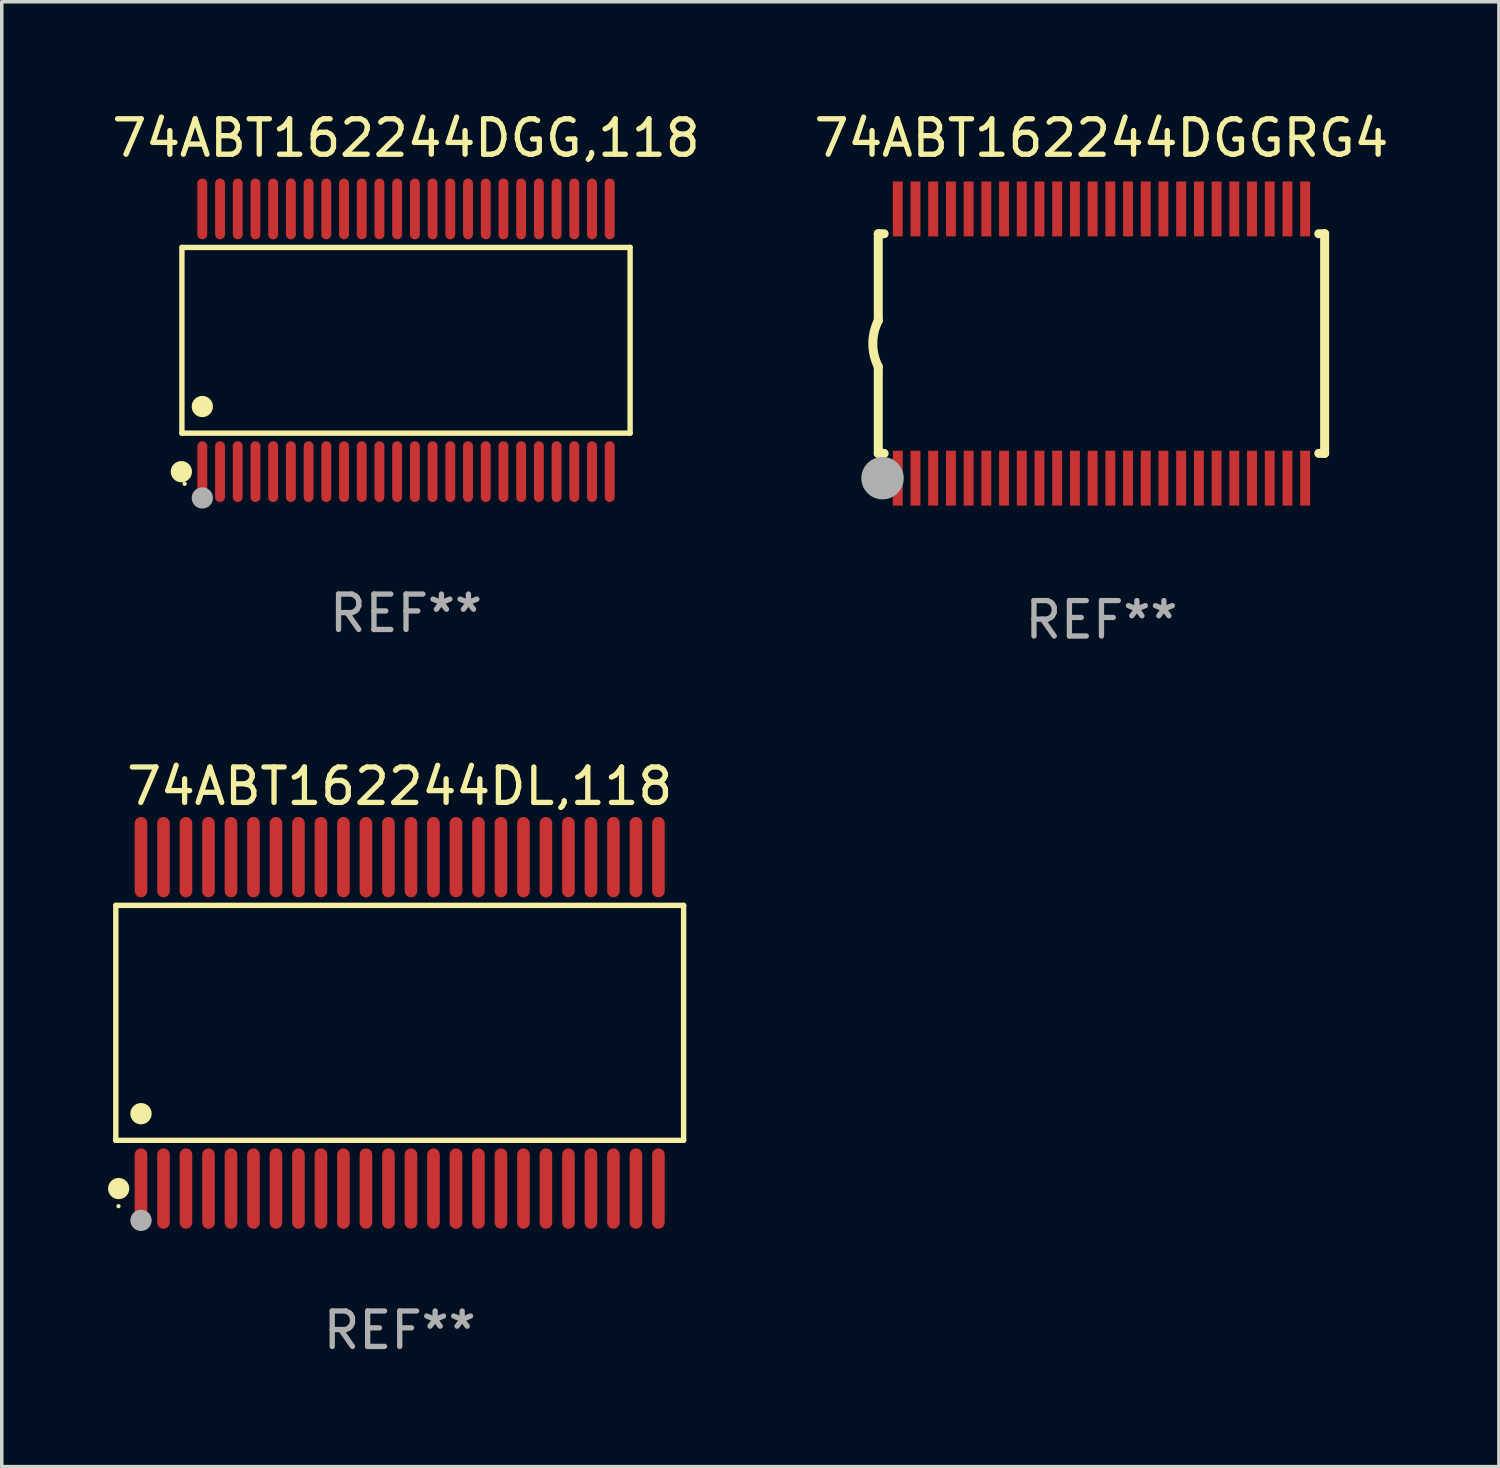
<source format=kicad_pcb>
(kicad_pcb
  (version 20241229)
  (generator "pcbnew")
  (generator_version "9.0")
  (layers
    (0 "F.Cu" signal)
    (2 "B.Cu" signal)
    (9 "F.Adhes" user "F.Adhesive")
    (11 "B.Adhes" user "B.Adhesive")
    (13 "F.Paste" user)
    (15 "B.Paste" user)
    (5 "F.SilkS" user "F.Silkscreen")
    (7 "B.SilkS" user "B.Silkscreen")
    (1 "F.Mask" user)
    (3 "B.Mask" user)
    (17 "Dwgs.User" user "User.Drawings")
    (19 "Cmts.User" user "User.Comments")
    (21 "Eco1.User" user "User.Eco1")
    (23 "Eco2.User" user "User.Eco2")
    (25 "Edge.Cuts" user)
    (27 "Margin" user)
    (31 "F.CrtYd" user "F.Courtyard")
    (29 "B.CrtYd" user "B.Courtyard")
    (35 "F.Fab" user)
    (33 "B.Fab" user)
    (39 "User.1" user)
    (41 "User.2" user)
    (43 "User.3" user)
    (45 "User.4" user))
  (footprint "74ABT162244DGGRG4"
    (layer "F.Cu")
    (at 28.042 6.648)
    (property "Reference" "74ABT162244DGGRG4" (at 0 -5.8 0) (layer "F.SilkS") (effects (font (size 1 1) (thickness 0.15))))
    (attr through_hole)
    (fp_line (start -6.3 -3.1) (end -6.3 -0.65) (stroke (width 0.254) (type solid)) (layer "F.SilkS"))
    (fp_line (start -6.3 -3.1) (end -6.134 -3.1) (stroke (width 0.254) (type solid)) (layer "F.SilkS"))
    (fp_line (start -6.3 3.1) (end -6.3 0.65) (stroke (width 0.254) (type solid)) (layer "F.SilkS"))
    (fp_line (start -6.3 3.1) (end -6.134 3.1) (stroke (width 0.254) (type solid)) (layer "F.SilkS"))
    (fp_line (start 6.134 -3.1) (end 6.3 -3.1) (stroke (width 0.254) (type solid)) (layer "F.SilkS"))
    (fp_line (start 6.134 3.1) (end 6.3 3.1) (stroke (width 0.254) (type solid)) (layer "F.SilkS"))
    (fp_line (start 6.3 -3.1) (end 6.3 3.1) (stroke (width 0.254) (type solid)) (layer "F.SilkS"))
    (fp_arc (start -6.301016 0.650114) (mid -6.45413 -0.000082) (end -6.3 -0.650038) (stroke (width 0.254001) (type solid)) (layer "F.SilkS"))
    (fp_circle (center -6.35 3.81) (end -6.223 3.81) (stroke (width 0.254) (type solid)) (fill no) (layer "F.SilkS"))
    (fp_circle (center -6.25 4.05) (end -6.22 4.05) (stroke (width 0.06) (type solid)) (fill no) (layer "F.SilkS"))
    (fp_circle (center -6.18 3.8) (end -5.88 3.8) (stroke (width 0.6) (type solid)) (fill no) (layer "F.Fab"))
    (fp_text user "REF**" (at 0 7.8 0) (layer "F.Fab") (effects (font (size 1 1) (thickness 0.15))))
    (pad "1" smd rect (at -5.75 3.8) (size 0.28 1.55) (layers "F.Cu" "F.Mask" "F.Paste"))
    (pad "2" smd rect (at -5.25 3.8) (size 0.28 1.55) (layers "F.Cu" "F.Mask" "F.Paste"))
    (pad "3" smd rect (at -4.75 3.8) (size 0.28 1.55) (layers "F.Cu" "F.Mask" "F.Paste"))
    (pad "4" smd rect (at -4.25 3.8) (size 0.28 1.55) (layers "F.Cu" "F.Mask" "F.Paste"))
    (pad "5" smd rect (at -3.75 3.8) (size 0.28 1.55) (layers "F.Cu" "F.Mask" "F.Paste"))
    (pad "6" smd rect (at -3.25 3.8) (size 0.28 1.55) (layers "F.Cu" "F.Mask" "F.Paste"))
    (pad "7" smd rect (at -2.75 3.8) (size 0.28 1.55) (layers "F.Cu" "F.Mask" "F.Paste"))
    (pad "8" smd rect (at -2.25 3.8) (size 0.28 1.55) (layers "F.Cu" "F.Mask" "F.Paste"))
    (pad "9" smd rect (at -1.75 3.8) (size 0.28 1.55) (layers "F.Cu" "F.Mask" "F.Paste"))
    (pad "10" smd rect (at -1.25 3.8) (size 0.28 1.55) (layers "F.Cu" "F.Mask" "F.Paste"))
    (pad "11" smd rect (at -0.75 3.8) (size 0.28 1.55) (layers "F.Cu" "F.Mask" "F.Paste"))
    (pad "12" smd rect (at -0.25 3.8) (size 0.28 1.55) (layers "F.Cu" "F.Mask" "F.Paste"))
    (pad "13" smd rect (at 0.25 3.8) (size 0.28 1.55) (layers "F.Cu" "F.Mask" "F.Paste"))
    (pad "14" smd rect (at 0.75 3.8) (size 0.28 1.55) (layers "F.Cu" "F.Mask" "F.Paste"))
    (pad "15" smd rect (at 1.25 3.8) (size 0.28 1.55) (layers "F.Cu" "F.Mask" "F.Paste"))
    (pad "16" smd rect (at 1.75 3.8) (size 0.28 1.55) (layers "F.Cu" "F.Mask" "F.Paste"))
    (pad "17" smd rect (at 2.25 3.8) (size 0.28 1.55) (layers "F.Cu" "F.Mask" "F.Paste"))
    (pad "18" smd rect (at 2.75 3.8) (size 0.28 1.55) (layers "F.Cu" "F.Mask" "F.Paste"))
    (pad "19" smd rect (at 3.25 3.8) (size 0.28 1.55) (layers "F.Cu" "F.Mask" "F.Paste"))
    (pad "20" smd rect (at 3.75 3.8) (size 0.28 1.55) (layers "F.Cu" "F.Mask" "F.Paste"))
    (pad "21" smd rect (at 4.25 3.8) (size 0.28 1.55) (layers "F.Cu" "F.Mask" "F.Paste"))
    (pad "22" smd rect (at 4.75 3.8) (size 0.28 1.55) (layers "F.Cu" "F.Mask" "F.Paste"))
    (pad "23" smd rect (at 5.25 3.8) (size 0.28 1.55) (layers "F.Cu" "F.Mask" "F.Paste"))
    (pad "24" smd rect (at 5.75 3.8) (size 0.28 1.55) (layers "F.Cu" "F.Mask" "F.Paste"))
    (pad "25" smd rect (at 5.75 -3.8) (size 0.28 1.55) (layers "F.Cu" "F.Mask" "F.Paste"))
    (pad "26" smd rect (at 5.25 -3.8) (size 0.28 1.55) (layers "F.Cu" "F.Mask" "F.Paste"))
    (pad "27" smd rect (at 4.75 -3.8) (size 0.28 1.55) (layers "F.Cu" "F.Mask" "F.Paste"))
    (pad "28" smd rect (at 4.25 -3.8) (size 0.28 1.55) (layers "F.Cu" "F.Mask" "F.Paste"))
    (pad "29" smd rect (at 3.75 -3.8) (size 0.28 1.55) (layers "F.Cu" "F.Mask" "F.Paste"))
    (pad "30" smd rect (at 3.25 -3.8) (size 0.28 1.55) (layers "F.Cu" "F.Mask" "F.Paste"))
    (pad "31" smd rect (at 2.75 -3.8) (size 0.28 1.55) (layers "F.Cu" "F.Mask" "F.Paste"))
    (pad "32" smd rect (at 2.25 -3.8) (size 0.28 1.55) (layers "F.Cu" "F.Mask" "F.Paste"))
    (pad "33" smd rect (at 1.75 -3.8) (size 0.28 1.55) (layers "F.Cu" "F.Mask" "F.Paste"))
    (pad "34" smd rect (at 1.25 -3.8) (size 0.28 1.55) (layers "F.Cu" "F.Mask" "F.Paste"))
    (pad "35" smd rect (at 0.75 -3.8) (size 0.28 1.55) (layers "F.Cu" "F.Mask" "F.Paste"))
    (pad "36" smd rect (at 0.25 -3.8) (size 0.28 1.55) (layers "F.Cu" "F.Mask" "F.Paste"))
    (pad "37" smd rect (at -0.25 -3.8) (size 0.28 1.55) (layers "F.Cu" "F.Mask" "F.Paste"))
    (pad "38" smd rect (at -0.75 -3.8) (size 0.28 1.55) (layers "F.Cu" "F.Mask" "F.Paste"))
    (pad "39" smd rect (at -1.25 -3.8) (size 0.28 1.55) (layers "F.Cu" "F.Mask" "F.Paste"))
    (pad "40" smd rect (at -1.75 -3.8) (size 0.28 1.55) (layers "F.Cu" "F.Mask" "F.Paste"))
    (pad "41" smd rect (at -2.25 -3.8) (size 0.28 1.55) (layers "F.Cu" "F.Mask" "F.Paste"))
    (pad "42" smd rect (at -2.75 -3.8) (size 0.28 1.55) (layers "F.Cu" "F.Mask" "F.Paste"))
    (pad "43" smd rect (at -3.25 -3.8) (size 0.28 1.55) (layers "F.Cu" "F.Mask" "F.Paste"))
    (pad "44" smd rect (at -3.75 -3.8) (size 0.28 1.55) (layers "F.Cu" "F.Mask" "F.Paste"))
    (pad "45" smd rect (at -4.25 -3.8) (size 0.28 1.55) (layers "F.Cu" "F.Mask" "F.Paste"))
    (pad "46" smd rect (at -4.75 -3.8) (size 0.28 1.55) (layers "F.Cu" "F.Mask" "F.Paste"))
    (pad "47" smd rect (at -5.25 -3.8) (size 0.28 1.55) (layers "F.Cu" "F.Mask" "F.Paste"))
    (pad "48" smd rect (at -5.75 -3.8) (size 0.28 1.55) (layers "F.Cu" "F.Mask" "F.Paste")))
  (footprint "74ABT162244DL,118"
    (layer "F.Cu")
    (at 8.233 25.823)
    (property "Reference" "74ABT162244DL,118" (at 0 -6.678 0) (layer "F.SilkS") (effects (font (size 1 1) (thickness 0.15))))
    (attr through_hole)
    (fp_line (start -8.014 -3.316) (end 8.014 -3.316) (stroke (width 0.152) (type solid)) (layer "F.SilkS"))
    (fp_line (start -8.014 3.316) (end -8.014 -3.316) (stroke (width 0.152) (type solid)) (layer "F.SilkS"))
    (fp_line (start 8.014 -3.316) (end 8.014 3.316) (stroke (width 0.152) (type solid)) (layer "F.SilkS"))
    (fp_line (start 8.014 3.316) (end -8.014 3.316) (stroke (width 0.152) (type solid)) (layer "F.SilkS"))
    (fp_circle (center -7.938 5.175) (end -7.908 5.175) (stroke (width 0.06) (type solid)) (fill no) (layer "F.SilkS"))
    (fp_circle (center -7.933 4.678) (end -7.783 4.678) (stroke (width 0.3) (type solid)) (fill no) (layer "F.SilkS"))
    (fp_circle (center -7.303 2.564) (end -7.152 2.564) (stroke (width 0.3) (type solid)) (fill no) (layer "F.SilkS"))
    (fp_circle (center -7.303 5.575) (end -7.152 5.575) (stroke (width 0.3) (type solid)) (fill no) (layer "F.Fab"))
    (fp_text user "REF**" (at 0 8.678 0) (layer "F.Fab") (effects (font (size 1 1) (thickness 0.15))))
    (pad "1" smd oval (at -7.303 4.678) (size 0.356 2.267) (layers "F.Cu" "F.Mask" "F.Paste"))
    (pad "2" smd oval (at -6.668 4.678) (size 0.356 2.267) (layers "F.Cu" "F.Mask" "F.Paste"))
    (pad "3" smd oval (at -6.033 4.678) (size 0.356 2.267) (layers "F.Cu" "F.Mask" "F.Paste"))
    (pad "4" smd oval (at -5.398 4.678) (size 0.356 2.267) (layers "F.Cu" "F.Mask" "F.Paste"))
    (pad "5" smd oval (at -4.763 4.678) (size 0.356 2.267) (layers "F.Cu" "F.Mask" "F.Paste"))
    (pad "6" smd oval (at -4.128 4.678) (size 0.356 2.267) (layers "F.Cu" "F.Mask" "F.Paste"))
    (pad "7" smd oval (at -3.493 4.678) (size 0.356 2.267) (layers "F.Cu" "F.Mask" "F.Paste"))
    (pad "8" smd oval (at -2.858 4.678) (size 0.356 2.267) (layers "F.Cu" "F.Mask" "F.Paste"))
    (pad "9" smd oval (at -2.223 4.678) (size 0.356 2.267) (layers "F.Cu" "F.Mask" "F.Paste"))
    (pad "10" smd oval (at -1.588 4.678) (size 0.356 2.267) (layers "F.Cu" "F.Mask" "F.Paste"))
    (pad "11" smd oval (at -0.953 4.678) (size 0.356 2.267) (layers "F.Cu" "F.Mask" "F.Paste"))
    (pad "12" smd oval (at -0.318 4.678) (size 0.356 2.267) (layers "F.Cu" "F.Mask" "F.Paste"))
    (pad "13" smd oval (at 0.318 4.678) (size 0.356 2.267) (layers "F.Cu" "F.Mask" "F.Paste"))
    (pad "14" smd oval (at 0.953 4.678) (size 0.356 2.267) (layers "F.Cu" "F.Mask" "F.Paste"))
    (pad "15" smd oval (at 1.588 4.678) (size 0.356 2.267) (layers "F.Cu" "F.Mask" "F.Paste"))
    (pad "16" smd oval (at 2.223 4.678) (size 0.356 2.267) (layers "F.Cu" "F.Mask" "F.Paste"))
    (pad "17" smd oval (at 2.858 4.678) (size 0.356 2.267) (layers "F.Cu" "F.Mask" "F.Paste"))
    (pad "18" smd oval (at 3.493 4.678) (size 0.356 2.267) (layers "F.Cu" "F.Mask" "F.Paste"))
    (pad "19" smd oval (at 4.128 4.678) (size 0.356 2.267) (layers "F.Cu" "F.Mask" "F.Paste"))
    (pad "20" smd oval (at 4.763 4.678) (size 0.356 2.267) (layers "F.Cu" "F.Mask" "F.Paste"))
    (pad "21" smd oval (at 5.398 4.678) (size 0.356 2.267) (layers "F.Cu" "F.Mask" "F.Paste"))
    (pad "22" smd oval (at 6.033 4.678) (size 0.356 2.267) (layers "F.Cu" "F.Mask" "F.Paste"))
    (pad "23" smd oval (at 6.668 4.678) (size 0.356 2.267) (layers "F.Cu" "F.Mask" "F.Paste"))
    (pad "24" smd oval (at 7.303 4.678) (size 0.356 2.267) (layers "F.Cu" "F.Mask" "F.Paste"))
    (pad "25" smd oval (at 7.303 -4.678) (size 0.356 2.267) (layers "F.Cu" "F.Mask" "F.Paste"))
    (pad "26" smd oval (at 6.668 -4.678) (size 0.356 2.267) (layers "F.Cu" "F.Mask" "F.Paste"))
    (pad "27" smd oval (at 6.033 -4.678) (size 0.356 2.267) (layers "F.Cu" "F.Mask" "F.Paste"))
    (pad "28" smd oval (at 5.398 -4.678) (size 0.356 2.267) (layers "F.Cu" "F.Mask" "F.Paste"))
    (pad "29" smd oval (at 4.763 -4.678) (size 0.356 2.267) (layers "F.Cu" "F.Mask" "F.Paste"))
    (pad "30" smd oval (at 4.128 -4.678) (size 0.356 2.267) (layers "F.Cu" "F.Mask" "F.Paste"))
    (pad "31" smd oval (at 3.493 -4.678) (size 0.356 2.267) (layers "F.Cu" "F.Mask" "F.Paste"))
    (pad "32" smd oval (at 2.858 -4.678) (size 0.356 2.267) (layers "F.Cu" "F.Mask" "F.Paste"))
    (pad "33" smd oval (at 2.223 -4.678) (size 0.356 2.267) (layers "F.Cu" "F.Mask" "F.Paste"))
    (pad "34" smd oval (at 1.588 -4.678) (size 0.356 2.267) (layers "F.Cu" "F.Mask" "F.Paste"))
    (pad "35" smd oval (at 0.953 -4.678) (size 0.356 2.267) (layers "F.Cu" "F.Mask" "F.Paste"))
    (pad "36" smd oval (at 0.318 -4.678) (size 0.356 2.267) (layers "F.Cu" "F.Mask" "F.Paste"))
    (pad "37" smd oval (at -0.318 -4.678) (size 0.356 2.267) (layers "F.Cu" "F.Mask" "F.Paste"))
    (pad "38" smd oval (at -0.953 -4.678) (size 0.356 2.267) (layers "F.Cu" "F.Mask" "F.Paste"))
    (pad "39" smd oval (at -1.588 -4.678) (size 0.356 2.267) (layers "F.Cu" "F.Mask" "F.Paste"))
    (pad "40" smd oval (at -2.223 -4.678) (size 0.356 2.267) (layers "F.Cu" "F.Mask" "F.Paste"))
    (pad "41" smd oval (at -2.858 -4.678) (size 0.356 2.267) (layers "F.Cu" "F.Mask" "F.Paste"))
    (pad "42" smd oval (at -3.493 -4.678) (size 0.356 2.267) (layers "F.Cu" "F.Mask" "F.Paste"))
    (pad "43" smd oval (at -4.128 -4.678) (size 0.356 2.267) (layers "F.Cu" "F.Mask" "F.Paste"))
    (pad "44" smd oval (at -4.763 -4.678) (size 0.356 2.267) (layers "F.Cu" "F.Mask" "F.Paste"))
    (pad "45" smd oval (at -5.398 -4.678) (size 0.356 2.267) (layers "F.Cu" "F.Mask" "F.Paste"))
    (pad "46" smd oval (at -6.033 -4.678) (size 0.356 2.267) (layers "F.Cu" "F.Mask" "F.Paste"))
    (pad "47" smd oval (at -6.668 -4.678) (size 0.356 2.267) (layers "F.Cu" "F.Mask" "F.Paste"))
    (pad "48" smd oval (at -7.303 -4.678) (size 0.356 2.267) (layers "F.Cu" "F.Mask" "F.Paste")))
  (footprint "74ABT162244DGG,118"
    (layer "F.Cu")
    (at 8.411 6.556)
    (property "Reference" "74ABT162244DGG,118" (at 0 -5.708 0) (layer "F.SilkS") (effects (font (size 1 1) (thickness 0.15))))
    (attr through_hole)
    (fp_line (start -6.326 -2.622) (end 6.326 -2.622) (stroke (width 0.152) (type solid)) (layer "F.SilkS"))
    (fp_line (start -6.326 2.621) (end -6.326 -2.622) (stroke (width 0.152) (type solid)) (layer "F.SilkS"))
    (fp_line (start 6.326 -2.622) (end 6.326 2.621) (stroke (width 0.152) (type solid)) (layer "F.SilkS"))
    (fp_line (start 6.326 2.621) (end -6.326 2.621) (stroke (width 0.152) (type solid)) (layer "F.SilkS"))
    (fp_circle (center -6.342 3.708) (end -6.192 3.708) (stroke (width 0.3) (type solid)) (fill no) (layer "F.SilkS"))
    (fp_circle (center -6.25 4.05) (end -6.22 4.05) (stroke (width 0.06) (type solid)) (fill no) (layer "F.SilkS"))
    (fp_circle (center -5.75 1.869) (end -5.6 1.869) (stroke (width 0.3) (type solid)) (fill no) (layer "F.SilkS"))
    (fp_circle (center -5.75 4.45) (end -5.6 4.45) (stroke (width 0.3) (type solid)) (fill no) (layer "F.Fab"))
    (fp_text user "REF**" (at 0 7.708 0) (layer "F.Fab") (effects (font (size 1 1) (thickness 0.15))))
    (pad "1" smd oval (at -5.75 3.708) (size 0.28 1.715) (layers "F.Cu" "F.Mask" "F.Paste"))
    (pad "2" smd oval (at -5.25 3.708) (size 0.28 1.715) (layers "F.Cu" "F.Mask" "F.Paste"))
    (pad "3" smd oval (at -4.75 3.708) (size 0.28 1.715) (layers "F.Cu" "F.Mask" "F.Paste"))
    (pad "4" smd oval (at -4.25 3.708) (size 0.28 1.715) (layers "F.Cu" "F.Mask" "F.Paste"))
    (pad "5" smd oval (at -3.75 3.708) (size 0.28 1.715) (layers "F.Cu" "F.Mask" "F.Paste"))
    (pad "6" smd oval (at -3.25 3.708) (size 0.28 1.715) (layers "F.Cu" "F.Mask" "F.Paste"))
    (pad "7" smd oval (at -2.75 3.708) (size 0.28 1.715) (layers "F.Cu" "F.Mask" "F.Paste"))
    (pad "8" smd oval (at -2.25 3.708) (size 0.28 1.715) (layers "F.Cu" "F.Mask" "F.Paste"))
    (pad "9" smd oval (at -1.75 3.708) (size 0.28 1.715) (layers "F.Cu" "F.Mask" "F.Paste"))
    (pad "10" smd oval (at -1.25 3.708) (size 0.28 1.715) (layers "F.Cu" "F.Mask" "F.Paste"))
    (pad "11" smd oval (at -0.75 3.708) (size 0.28 1.715) (layers "F.Cu" "F.Mask" "F.Paste"))
    (pad "12" smd oval (at -0.25 3.708) (size 0.28 1.715) (layers "F.Cu" "F.Mask" "F.Paste"))
    (pad "13" smd oval (at 0.25 3.708) (size 0.28 1.715) (layers "F.Cu" "F.Mask" "F.Paste"))
    (pad "14" smd oval (at 0.75 3.708) (size 0.28 1.715) (layers "F.Cu" "F.Mask" "F.Paste"))
    (pad "15" smd oval (at 1.25 3.708) (size 0.28 1.715) (layers "F.Cu" "F.Mask" "F.Paste"))
    (pad "16" smd oval (at 1.75 3.708) (size 0.28 1.715) (layers "F.Cu" "F.Mask" "F.Paste"))
    (pad "17" smd oval (at 2.25 3.708) (size 0.28 1.715) (layers "F.Cu" "F.Mask" "F.Paste"))
    (pad "18" smd oval (at 2.75 3.708) (size 0.28 1.715) (layers "F.Cu" "F.Mask" "F.Paste"))
    (pad "19" smd oval (at 3.25 3.708) (size 0.28 1.715) (layers "F.Cu" "F.Mask" "F.Paste"))
    (pad "20" smd oval (at 3.75 3.708) (size 0.28 1.715) (layers "F.Cu" "F.Mask" "F.Paste"))
    (pad "21" smd oval (at 4.25 3.708) (size 0.28 1.715) (layers "F.Cu" "F.Mask" "F.Paste"))
    (pad "22" smd oval (at 4.75 3.708) (size 0.28 1.715) (layers "F.Cu" "F.Mask" "F.Paste"))
    (pad "23" smd oval (at 5.25 3.708) (size 0.28 1.715) (layers "F.Cu" "F.Mask" "F.Paste"))
    (pad "24" smd oval (at 5.75 3.708) (size 0.28 1.715) (layers "F.Cu" "F.Mask" "F.Paste"))
    (pad "25" smd oval (at 5.75 -3.708) (size 0.28 1.715) (layers "F.Cu" "F.Mask" "F.Paste"))
    (pad "26" smd oval (at 5.25 -3.708) (size 0.28 1.715) (layers "F.Cu" "F.Mask" "F.Paste"))
    (pad "27" smd oval (at 4.75 -3.708) (size 0.28 1.715) (layers "F.Cu" "F.Mask" "F.Paste"))
    (pad "28" smd oval (at 4.25 -3.708) (size 0.28 1.715) (layers "F.Cu" "F.Mask" "F.Paste"))
    (pad "29" smd oval (at 3.75 -3.708) (size 0.28 1.715) (layers "F.Cu" "F.Mask" "F.Paste"))
    (pad "30" smd oval (at 3.25 -3.708) (size 0.28 1.715) (layers "F.Cu" "F.Mask" "F.Paste"))
    (pad "31" smd oval (at 2.75 -3.708) (size 0.28 1.715) (layers "F.Cu" "F.Mask" "F.Paste"))
    (pad "32" smd oval (at 2.25 -3.708) (size 0.28 1.715) (layers "F.Cu" "F.Mask" "F.Paste"))
    (pad "33" smd oval (at 1.75 -3.708) (size 0.28 1.715) (layers "F.Cu" "F.Mask" "F.Paste"))
    (pad "34" smd oval (at 1.25 -3.708) (size 0.28 1.715) (layers "F.Cu" "F.Mask" "F.Paste"))
    (pad "35" smd oval (at 0.75 -3.708) (size 0.28 1.715) (layers "F.Cu" "F.Mask" "F.Paste"))
    (pad "36" smd oval (at 0.25 -3.708) (size 0.28 1.715) (layers "F.Cu" "F.Mask" "F.Paste"))
    (pad "37" smd oval (at -0.25 -3.708) (size 0.28 1.715) (layers "F.Cu" "F.Mask" "F.Paste"))
    (pad "38" smd oval (at -0.75 -3.708) (size 0.28 1.715) (layers "F.Cu" "F.Mask" "F.Paste"))
    (pad "39" smd oval (at -1.25 -3.708) (size 0.28 1.715) (layers "F.Cu" "F.Mask" "F.Paste"))
    (pad "40" smd oval (at -1.75 -3.708) (size 0.28 1.715) (layers "F.Cu" "F.Mask" "F.Paste"))
    (pad "41" smd oval (at -2.25 -3.708) (size 0.28 1.715) (layers "F.Cu" "F.Mask" "F.Paste"))
    (pad "42" smd oval (at -2.75 -3.708) (size 0.28 1.715) (layers "F.Cu" "F.Mask" "F.Paste"))
    (pad "43" smd oval (at -3.25 -3.708) (size 0.28 1.715) (layers "F.Cu" "F.Mask" "F.Paste"))
    (pad "44" smd oval (at -3.75 -3.708) (size 0.28 1.715) (layers "F.Cu" "F.Mask" "F.Paste"))
    (pad "45" smd oval (at -4.25 -3.708) (size 0.28 1.715) (layers "F.Cu" "F.Mask" "F.Paste"))
    (pad "46" smd oval (at -4.75 -3.708) (size 0.28 1.715) (layers "F.Cu" "F.Mask" "F.Paste"))
    (pad "47" smd oval (at -5.25 -3.708) (size 0.28 1.715) (layers "F.Cu" "F.Mask" "F.Paste"))
    (pad "48" smd oval (at -5.75 -3.708) (size 0.28 1.715) (layers "F.Cu" "F.Mask" "F.Paste")))
  (gr_rect
    (start -3 -3)
    (end 39.262 38.35)
    (stroke (width 0.1) (type default))
    (fill no)
    (layer "Edge.Cuts")))
</source>
